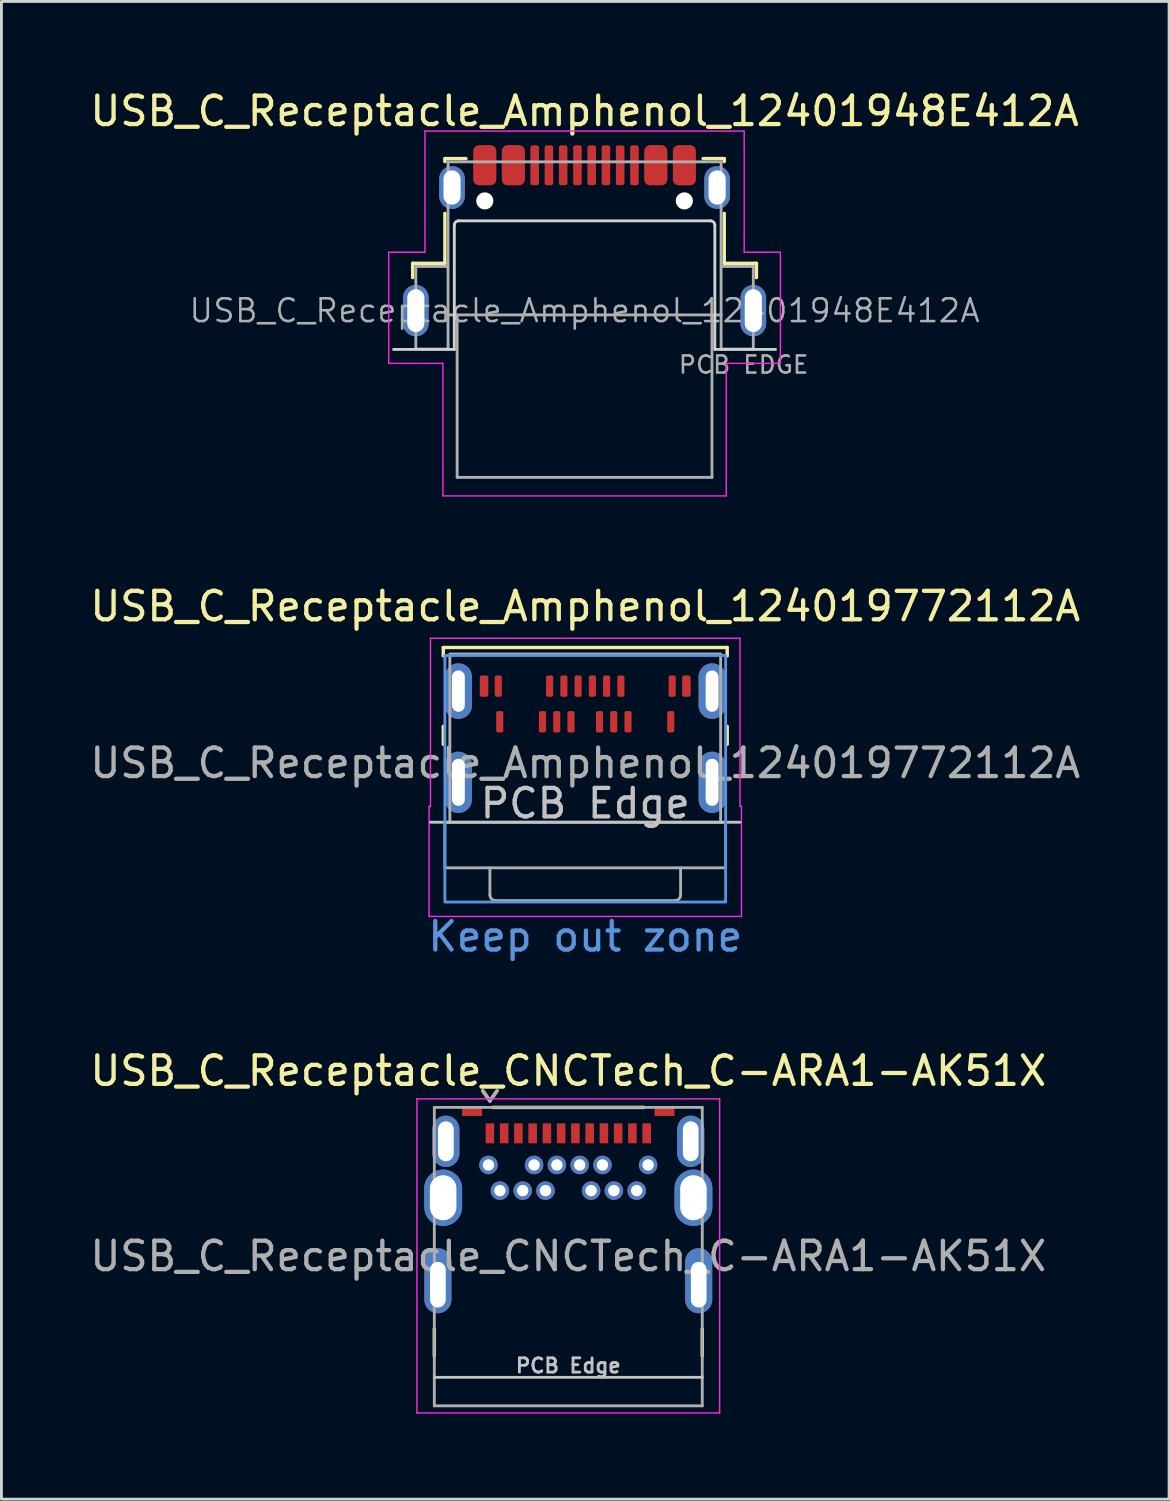
<source format=kicad_pcb>
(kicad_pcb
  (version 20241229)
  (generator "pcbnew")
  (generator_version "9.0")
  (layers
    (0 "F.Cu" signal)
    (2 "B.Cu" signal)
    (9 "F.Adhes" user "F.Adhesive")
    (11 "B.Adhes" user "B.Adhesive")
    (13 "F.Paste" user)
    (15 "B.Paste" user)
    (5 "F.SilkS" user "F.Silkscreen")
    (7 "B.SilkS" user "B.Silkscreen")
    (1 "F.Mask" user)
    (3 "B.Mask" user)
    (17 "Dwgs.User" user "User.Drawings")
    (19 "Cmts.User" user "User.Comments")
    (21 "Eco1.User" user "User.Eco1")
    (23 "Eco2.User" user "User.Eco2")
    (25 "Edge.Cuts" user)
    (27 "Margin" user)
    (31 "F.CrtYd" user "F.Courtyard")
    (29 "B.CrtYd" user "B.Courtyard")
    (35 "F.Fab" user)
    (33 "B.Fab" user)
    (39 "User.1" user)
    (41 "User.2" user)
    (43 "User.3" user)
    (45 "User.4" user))
  (footprint "USB_C_Receptacle_Amphenol_124019772112A"
    (layer "F.Cu")
    (at 17.482 24.221)
    (property "Reference" "USB_C_Receptacle_Amphenol_124019772112A" (at 0 -6 0) (unlocked yes) (layer "F.SilkS") (effects (font (size 1 1) (thickness 0.15))))
    (attr smd)
    (fp_line (start -4.98 -4.555) (end -4.98 -4.26) (stroke (width 0.12) (type default)) (layer "F.SilkS"))
    (fp_line (start -4.98 -1.16) (end -4.98 -1.79) (stroke (width 0.12) (type default)) (layer "F.SilkS"))
    (fp_line (start 4.98 -4.555) (end -4.98 -4.555) (stroke (width 0.12) (type default)) (layer "F.SilkS"))
    (fp_line (start 4.98 -4.26) (end 4.98 -4.555) (stroke (width 0.12) (type default)) (layer "F.SilkS"))
    (fp_line (start 4.98 -1.16) (end 4.98 -1.79) (stroke (width 0.12) (type default)) (layer "F.SilkS"))
    (fp_line (start -5.43 1.575) (end 5.43 1.575) (stroke (width 0.1) (type default)) (layer "Dwgs.User"))
    (fp_rect (start -4.925 -4.275) (end 4.925 4.375) (stroke (width 0.1) (type default)) (fill no) (layer "Cmts.User"))
    (fp_line (start -5.48 1.02) (end -5.43 1.02) (stroke (width 0.05) (type default)) (layer "F.CrtYd"))
    (fp_line (start -5.48 4.88) (end -5.48 1.02) (stroke (width 0.05) (type default)) (layer "F.CrtYd"))
    (fp_line (start -5.43 -4.88) (end 5.43 -4.88) (stroke (width 0.05) (type default)) (layer "F.CrtYd"))
    (fp_line (start -5.43 1.02) (end -5.43 -4.88) (stroke (width 0.05) (type default)) (layer "F.CrtYd"))
    (fp_line (start 5.43 -4.88) (end 5.43 1.02) (stroke (width 0.05) (type default)) (layer "F.CrtYd"))
    (fp_line (start 5.43 1.02) (end 5.48 1.02) (stroke (width 0.05) (type default)) (layer "F.CrtYd"))
    (fp_line (start 5.48 1.02) (end 5.48 4.88) (stroke (width 0.05) (type default)) (layer "F.CrtYd"))
    (fp_line (start 5.48 4.88) (end -5.48 4.88) (stroke (width 0.05) (type default)) (layer "F.CrtYd"))
    (fp_line (start -4.925 1.575) (end -4.75 1.575) (stroke (width 0.1) (type default)) (layer "F.Fab"))
    (fp_line (start -4.925 3.175) (end -4.925 1.575) (stroke (width 0.1) (type default)) (layer "F.Fab"))
    (fp_line (start -4.925 3.175) (end 4.925 3.175) (stroke (width 0.1) (type default)) (layer "F.Fab"))
    (fp_line (start -3.345 3.175) (end -3.345 4.125) (stroke (width 0.1) (type default)) (layer "F.Fab"))
    (fp_line (start -3.145 4.325) (end 3.145 4.325) (stroke (width 0.1) (type default)) (layer "F.Fab"))
    (fp_line (start 3.345 4.125) (end 3.345 3.175) (stroke (width 0.1) (type default)) (layer "F.Fab"))
    (fp_line (start 4.925 1.575) (end 4.75 1.575) (stroke (width 0.1) (type default)) (layer "F.Fab"))
    (fp_line (start 4.925 3.175) (end 4.925 1.575) (stroke (width 0.1) (type default)) (layer "F.Fab"))
    (fp_rect (start -4.75 -4.325) (end 4.75 1.575) (stroke (width 0.1) (type default)) (fill no) (layer "F.Fab"))
    (fp_arc (start -3.145 4.325) (mid -3.286421 4.266421) (end -3.345 4.125) (stroke (width 0.1) (type default)) (layer "F.Fab"))
    (fp_arc (start 3.345 4.125) (mid 3.286421 4.266421) (end 3.145 4.325) (stroke (width 0.1) (type default)) (layer "F.Fab"))
    (fp_text user "PCB Edge" (at 0 1.5 0) (unlocked yes) (layer "Dwgs.User") (effects (font (size 1 1) (thickness 0.15)) (justify bottom)))
    (fp_text user "Keep out zone" (at 0 5 0) (unlocked yes) (layer "Cmts.User") (effects (font (size 1 1) (thickness 0.15)) (justify top)))
    (fp_text user "${REFERENCE}" (at 0 -0.5 0) (unlocked yes) (layer "F.Fab") (effects (font (size 1 1) (thickness 0.15))))
    (pad "A1" smd roundrect (at -3.55 -3.2) (size 0.3 0.75) (layers "F.Cu" "F.Mask" "F.Paste") (roundrect_rratio 0.25))
    (pad "A1" smd roundrect (at -3.05 -3.2) (size 0.25 0.75) (layers "F.Cu" "F.Mask" "F.Paste") (roundrect_rratio 0.25))
    (pad "A1" smd roundrect (at 3.55 -3.2) (size 0.3 0.75) (layers "F.Cu" "F.Mask" "F.Paste") (roundrect_rratio 0.25))
    (pad "A4" smd roundrect (at -1.25 -3.2) (size 0.25 0.75) (layers "F.Cu" "F.Mask" "F.Paste") (roundrect_rratio 0.25))
    (pad "A5" smd roundrect (at -0.75 -3.2) (size 0.25 0.75) (layers "F.Cu" "F.Mask" "F.Paste") (roundrect_rratio 0.25))
    (pad "A6" smd roundrect (at -0.25 -3.2) (size 0.25 0.75) (layers "F.Cu" "F.Mask" "F.Paste") (roundrect_rratio 0.25))
    (pad "A7" smd roundrect (at 0.25 -3.2) (size 0.25 0.75) (layers "F.Cu" "F.Mask" "F.Paste") (roundrect_rratio 0.25))
    (pad "A8" smd roundrect (at 0.75 -3.2) (size 0.25 0.75) (layers "F.Cu" "F.Mask" "F.Paste") (roundrect_rratio 0.25))
    (pad "A9" smd roundrect (at 1.25 -3.2) (size 0.25 0.75) (layers "F.Cu" "F.Mask" "F.Paste") (roundrect_rratio 0.25))
    (pad "A12" smd roundrect (at 3.05 -3.2) (size 0.25 0.75) (layers "F.Cu" "F.Mask" "F.Paste") (roundrect_rratio 0.25))
    (pad "B1" smd roundrect (at 3 -1.95) (size 0.25 0.75) (layers "F.Cu" "F.Mask" "F.Paste") (roundrect_rratio 0.25))
    (pad "B4" smd roundrect (at 1.5 -1.95) (size 0.25 0.75) (layers "F.Cu" "F.Mask" "F.Paste") (roundrect_rratio 0.25))
    (pad "B5" smd roundrect (at 1 -1.95) (size 0.25 0.75) (layers "F.Cu" "F.Mask" "F.Paste") (roundrect_rratio 0.25))
    (pad "B6" smd roundrect (at 0.5 -1.95) (size 0.25 0.75) (layers "F.Cu" "F.Mask" "F.Paste") (roundrect_rratio 0.25))
    (pad "B7" smd roundrect (at -0.5 -1.95) (size 0.25 0.75) (layers "F.Cu" "F.Mask" "F.Paste") (roundrect_rratio 0.25))
    (pad "B8" smd roundrect (at -1 -1.95) (size 0.25 0.75) (layers "F.Cu" "F.Mask" "F.Paste") (roundrect_rratio 0.25))
    (pad "B9" smd roundrect (at -1.5 -1.95) (size 0.25 0.75) (layers "F.Cu" "F.Mask" "F.Paste") (roundrect_rratio 0.25))
    (pad "B12" smd roundrect (at -3 -1.95) (size 0.25 0.75) (layers "F.Cu" "F.Mask" "F.Paste") (roundrect_rratio 0.25))
    (pad "S1" thru_hole oval (at -4.45 -3.025) (size 0.95 1.95) (drill oval 0.45 1.45) (property pad_prop_heatsink) (layers "*.Cu" "*.Mask"))
    (pad "S1" thru_hole oval (at -4.45 0.175) (size 0.95 2.15) (drill oval 0.45 1.65) (property pad_prop_heatsink) (layers "*.Cu" "*.Mask"))
    (pad "S1" thru_hole oval (at 4.45 -3.025) (size 0.95 1.95) (drill oval 0.45 1.45) (property pad_prop_heatsink) (layers "*.Cu" "*.Mask"))
    (pad "S1" thru_hole oval (at 4.45 0.175) (size 0.95 2.15) (drill oval 0.45 1.65) (property pad_prop_heatsink) (layers "*.Cu" "*.Mask")))
  (footprint "USB_C_Receptacle_CNCTech_C-ARA1-AK51X"
    (layer "F.Cu")
    (at 16.887 40.02)
    (property "Reference" "USB_C_Receptacle_CNCTech_C-ARA1-AK51X" (at 0 -5.5 0) (layer "F.SilkS") (effects (font (size 1 1) (thickness 0.15))))
    (attr smd)
    (fp_line (start -4.7 3.55) (end -4.7 4.5) (stroke (width 0.12) (type solid)) (layer "F.SilkS"))
    (fp_line (start -3 -4.8) (end -2.75 -4.45) (stroke (width 0.12) (type solid)) (layer "F.SilkS"))
    (fp_line (start -2.75 -4.45) (end -2.5 -4.8) (stroke (width 0.12) (type solid)) (layer "F.SilkS"))
    (fp_line (start -2.65 -4.22) (end 2.65 -4.22) (stroke (width 0.12) (type solid)) (layer "F.SilkS"))
    (fp_line (start 4.7 4.5) (end 4.7 3.55) (stroke (width 0.12) (type solid)) (layer "F.SilkS"))
    (fp_line (start -4.7 5.25) (end 4.7 5.25) (stroke (width 0.1) (type solid)) (layer "Dwgs.User"))
    (fp_line (start -5.31 -4.52) (end 5.31 -4.52) (stroke (width 0.05) (type solid)) (layer "F.CrtYd"))
    (fp_line (start -5.31 6.5) (end -5.31 -4.52) (stroke (width 0.05) (type solid)) (layer "F.CrtYd"))
    (fp_line (start 5.31 -4.52) (end 5.31 6.5) (stroke (width 0.05) (type solid)) (layer "F.CrtYd"))
    (fp_line (start 5.31 6.5) (end -5.31 6.5) (stroke (width 0.05) (type solid)) (layer "F.CrtYd"))
    (fp_line (start -4.7 -4.22) (end 4.7 -4.22) (stroke (width 0.1) (type solid)) (layer "F.Fab"))
    (fp_line (start -4.7 6.25) (end -4.7 -4.22) (stroke (width 0.1) (type solid)) (layer "F.Fab"))
    (fp_line (start -3 -4.8) (end -2.75 -4.45) (stroke (width 0.12) (type solid)) (layer "F.Fab"))
    (fp_line (start -2.75 -4.45) (end -2.5 -4.8) (stroke (width 0.12) (type solid)) (layer "F.Fab"))
    (fp_line (start 4.7 -4.22) (end 4.7 6.25) (stroke (width 0.1) (type solid)) (layer "F.Fab"))
    (fp_line (start 4.7 6.25) (end -4.7 6.25) (stroke (width 0.1) (type solid)) (layer "F.Fab"))
    (fp_text user "PCB Edge" (at 0 4.84 0) (unlocked yes) (layer "Dwgs.User") (effects (font (size 0.5 0.5) (thickness 0.1))))
    (fp_text user "${REFERENCE}" (at 0 1 0) (layer "F.Fab") (effects (font (size 1 1) (thickness 0.15))))
    (pad "A1" smd rect (at -2.75 -3.31) (size 0.3 0.7) (layers "F.Cu" "F.Mask" "F.Paste"))
    (pad "A2" smd rect (at -2.25 -3.31) (size 0.3 0.7) (layers "F.Cu" "F.Mask" "F.Paste"))
    (pad "A3" smd rect (at -1.75 -3.31) (size 0.3 0.7) (layers "F.Cu" "F.Mask" "F.Paste"))
    (pad "A4" smd rect (at -1.25 -3.31) (size 0.3 0.7) (layers "F.Cu" "F.Mask" "F.Paste"))
    (pad "A5" smd rect (at -0.75 -3.31) (size 0.3 0.7) (layers "F.Cu" "F.Mask" "F.Paste"))
    (pad "A6" smd rect (at -0.25 -3.31) (size 0.3 0.7) (layers "F.Cu" "F.Mask" "F.Paste"))
    (pad "A7" smd rect (at 0.25 -3.31) (size 0.3 0.7) (layers "F.Cu" "F.Mask" "F.Paste"))
    (pad "A8" smd rect (at 0.75 -3.31) (size 0.3 0.7) (layers "F.Cu" "F.Mask" "F.Paste"))
    (pad "A9" smd rect (at 1.25 -3.31) (size 0.3 0.7) (layers "F.Cu" "F.Mask" "F.Paste"))
    (pad "A10" smd rect (at 1.75 -3.31) (size 0.3 0.7) (layers "F.Cu" "F.Mask" "F.Paste"))
    (pad "A11" smd rect (at 2.25 -3.31) (size 0.3 0.7) (layers "F.Cu" "F.Mask" "F.Paste"))
    (pad "A12" smd rect (at 2.75 -3.31) (size 0.3 0.7) (layers "F.Cu" "F.Mask" "F.Paste"))
    (pad "B1" thru_hole circle (at 2.8 -2.2) (size 0.65 0.65) (drill 0.4) (property pad_prop_heatsink) (layers "*.Cu" "*.Mask" "F.Paste"))
    (pad "B2" thru_hole circle (at 2.4 -1.3) (size 0.65 0.65) (drill 0.4) (property pad_prop_heatsink) (layers "*.Cu" "*.Mask" "F.Paste"))
    (pad "B3" thru_hole circle (at 1.6 -1.3) (size 0.65 0.65) (drill 0.4) (property pad_prop_heatsink) (layers "*.Cu" "*.Mask" "F.Paste"))
    (pad "B4" thru_hole circle (at 1.2 -2.2) (size 0.65 0.65) (drill 0.4) (property pad_prop_heatsink) (layers "*.Cu" "*.Mask" "F.Paste"))
    (pad "B5" thru_hole circle (at 0.8 -1.3) (size 0.65 0.65) (drill 0.4) (property pad_prop_heatsink) (layers "*.Cu" "*.Mask" "F.Paste"))
    (pad "B6" thru_hole circle (at 0.4 -2.2) (size 0.65 0.65) (drill 0.4) (property pad_prop_heatsink) (layers "*.Cu" "*.Mask" "F.Paste"))
    (pad "B7" thru_hole circle (at -0.4 -2.2) (size 0.65 0.65) (drill 0.4) (property pad_prop_heatsink) (layers "*.Cu" "*.Mask" "F.Paste"))
    (pad "B8" thru_hole circle (at -0.8 -1.3) (size 0.65 0.65) (drill 0.4) (property pad_prop_heatsink) (layers "*.Cu" "*.Mask" "F.Paste"))
    (pad "B9" thru_hole circle (at -1.2 -2.2) (size 0.65 0.65) (drill 0.4) (property pad_prop_heatsink) (layers "*.Cu" "*.Mask" "F.Paste"))
    (pad "B10" thru_hole circle (at -1.6 -1.3) (size 0.65 0.65) (drill 0.4) (property pad_prop_heatsink) (layers "*.Cu" "*.Mask" "F.Paste"))
    (pad "B11" thru_hole circle (at -2.4 -1.3) (size 0.65 0.65) (drill 0.4) (property pad_prop_heatsink) (layers "*.Cu" "*.Mask" "F.Paste"))
    (pad "B12" thru_hole circle (at -2.8 -2.2) (size 0.65 0.65) (drill 0.4) (property pad_prop_heatsink) (layers "*.Cu" "*.Mask" "F.Paste"))
    (pad "S1" thru_hole oval (at -4.575 2) (size 0.95 2.28) (drill oval 0.55 1.6 (offset 0 -0.14)) (property pad_prop_heatsink) (layers "*.Cu" "*.Mask" "F.Paste"))
    (pad "S1" thru_hole oval (at -4.39 -1.05) (size 1.33 1.98) (drill oval 0.93 1.58) (property pad_prop_heatsink) (layers "*.Cu" "*.Mask" "F.Paste"))
    (pad "S1" thru_hole oval (at -4.295 -3.03) (size 0.95 1.8) (drill oval 0.55 1.4) (property pad_prop_heatsink) (layers "*.Cu" "*.Mask" "F.Paste"))
    (pad "S1" smd rect (at -3.375 -4.095) (size 0.7 0.35) (layers "F.Cu" "F.Mask" "F.Paste"))
    (pad "S1" smd rect (at 3.375 -4.095) (size 0.7 0.35) (layers "F.Cu" "F.Mask" "F.Paste"))
    (pad "S1" thru_hole oval (at 4.295 -3.03) (size 0.95 1.8) (drill oval 0.55 1.4) (property pad_prop_heatsink) (layers "*.Cu" "*.Mask" "F.Paste"))
    (pad "S1" thru_hole oval (at 4.39 -1.05) (size 1.33 1.98) (drill oval 0.93 1.58) (property pad_prop_heatsink) (layers "*.Cu" "*.Mask" "F.Paste"))
    (pad "S1" thru_hole oval (at 4.575 2) (size 0.95 2.28) (drill oval 0.55 1.6 (offset 0 -0.14)) (property pad_prop_heatsink) (layers "*.Cu" "*.Mask" "F.Paste")))
  (footprint "USB_C_Receptacle_Amphenol_12401948E412A"
    (layer "F.Cu")
    (at 17.458 7.848)
    (property "Reference" "USB_C_Receptacle_Amphenol_12401948E412A" (at 0 -7 0) (layer "F.SilkS") (effects (font (size 1 1) (thickness 0.15))))
    (attr smd)
    (fp_line (start -6.03 -1.66) (end -6.03 -1.16) (stroke (width 0.12) (type default)) (layer "F.SilkS"))
    (fp_line (start -6.03 -1.66) (end -4.9 -1.66) (stroke (width 0.12) (type default)) (layer "F.SilkS"))
    (fp_line (start -4.9 -5.334) (end -4.16 -5.334) (stroke (width 0.12) (type default)) (layer "F.SilkS"))
    (fp_line (start -4.9 -5.33) (end -4.9 -5.23) (stroke (width 0.12) (type default)) (layer "F.SilkS"))
    (fp_line (start -4.9 -3.41) (end -4.9 -1.66) (stroke (width 0.12) (type default)) (layer "F.SilkS"))
    (fp_line (start 4.16 -5.334) (end 4.9 -5.334) (stroke (width 0.12) (type default)) (layer "F.SilkS"))
    (fp_line (start 4.9 -5.33) (end 4.9 -5.23) (stroke (width 0.12) (type default)) (layer "F.SilkS"))
    (fp_line (start 4.9 -3.41) (end 4.9 -1.66) (stroke (width 0.12) (type default)) (layer "F.SilkS"))
    (fp_line (start 4.9 -1.66) (end 6.03 -1.66) (stroke (width 0.12) (type default)) (layer "F.SilkS"))
    (fp_line (start 6.03 -1.16) (end 6.03 -1.66) (stroke (width 0.12) (type default)) (layer "F.SilkS"))
    (fp_line (start -6.7 1.36) (end -4.57 1.36) (stroke (width 0.1) (type default)) (layer "Edge.Cuts"))
    (fp_line (start -4.57 -3) (end -4.57 1.36) (stroke (width 0.1) (type default)) (layer "Edge.Cuts"))
    (fp_line (start -4.42 -3.15) (end 4.42 -3.15) (stroke (width 0.1) (type default)) (layer "Edge.Cuts"))
    (fp_line (start 4.57 -3) (end 4.57 1.36) (stroke (width 0.1) (type default)) (layer "Edge.Cuts"))
    (fp_line (start 4.57 1.36) (end 6.7 1.36) (stroke (width 0.1) (type default)) (layer "Edge.Cuts"))
    (fp_arc (start -4.57 -3) (mid -4.526066 -3.106066) (end -4.42 -3.15) (stroke (width 0.1) (type default)) (layer "Edge.Cuts"))
    (fp_arc (start 4.42 -3.15) (mid 4.526066 -3.106066) (end 4.57 -3) (stroke (width 0.1) (type default)) (layer "Edge.Cuts"))
    (fp_line (start -6.87 -2.05) (end -6.87 1.85) (stroke (width 0.05) (type default)) (layer "F.CrtYd"))
    (fp_line (start -6.87 -2.05) (end -5.6 -2.05) (stroke (width 0.05) (type default)) (layer "F.CrtYd"))
    (fp_line (start -6.87 1.85) (end -4.97 1.85) (stroke (width 0.05) (type default)) (layer "F.CrtYd"))
    (fp_line (start -5.6 -6.3) (end -5.6 -2.05) (stroke (width 0.05) (type default)) (layer "F.CrtYd"))
    (fp_line (start -5.6 -6.3) (end 5.6 -6.3) (stroke (width 0.05) (type default)) (layer "F.CrtYd"))
    (fp_line (start -4.97 1.85) (end -4.97 6.5) (stroke (width 0.05) (type default)) (layer "F.CrtYd"))
    (fp_line (start -4.97 6.5) (end 4.97 6.5) (stroke (width 0.05) (type default)) (layer "F.CrtYd"))
    (fp_line (start 4.97 1.85) (end 4.97 6.5) (stroke (width 0.05) (type default)) (layer "F.CrtYd"))
    (fp_line (start 5.6 -6.3) (end 5.6 -2.05) (stroke (width 0.05) (type default)) (layer "F.CrtYd"))
    (fp_line (start 5.6 -2.05) (end 6.87 -2.05) (stroke (width 0.05) (type default)) (layer "F.CrtYd"))
    (fp_line (start 6.87 -2.05) (end 6.87 1.85) (stroke (width 0.05) (type default)) (layer "F.CrtYd"))
    (fp_line (start 6.87 1.85) (end 4.97 1.85) (stroke (width 0.05) (type default)) (layer "F.CrtYd"))
    (fp_line (start -5.92 -1.55) (end -5.92 1.35) (stroke (width 0.1) (type default)) (layer "F.Fab"))
    (fp_line (start -5.92 -1.55) (end -4.79 -1.55) (stroke (width 0.1) (type default)) (layer "F.Fab"))
    (fp_line (start -5.92 1.35) (end -4.79 1.35) (stroke (width 0.1) (type default)) (layer "F.Fab"))
    (fp_line (start -4.79 -5.22) (end -4.79 1.35) (stroke (width 0.1) (type default)) (layer "F.Fab"))
    (fp_line (start -4.79 -5.22) (end 4.79 -5.22) (stroke (width 0.1) (type default)) (layer "F.Fab"))
    (fp_line (start -4.79 0.15) (end 4.79 0.15) (stroke (width 0.1) (type default)) (layer "F.Fab"))
    (fp_line (start -4.47 5.85) (end -4.47 0.15) (stroke (width 0.1) (type default)) (layer "F.Fab"))
    (fp_line (start -4.47 5.85) (end 4.47 5.85) (stroke (width 0.1) (type default)) (layer "F.Fab"))
    (fp_line (start 4.47 5.85) (end 4.47 0.15) (stroke (width 0.1) (type default)) (layer "F.Fab"))
    (fp_line (start 4.79 -5.22) (end 4.79 1.35) (stroke (width 0.1) (type default)) (layer "F.Fab"))
    (fp_line (start 4.79 -1.55) (end 5.92 -1.55) (stroke (width 0.1) (type default)) (layer "F.Fab"))
    (fp_line (start 4.79 1.35) (end 5.92 1.35) (stroke (width 0.1) (type default)) (layer "F.Fab"))
    (fp_line (start 5.92 -1.55) (end 5.92 1.35) (stroke (width 0.1) (type default)) (layer "F.Fab"))
    (fp_text user "${REFERENCE}" (at 0 0 0) (layer "F.Fab") (effects (font (size 0.8 0.8) (thickness 0.09))))
    (fp_text user "PCB EDGE" (at 3.25 2.25 0) (layer "F.Fab") (effects (font (size 0.6 0.6) (thickness 0.09)) (justify left bottom)))
    (pad "" thru_hole oval (at -5.92 0) (size 0.9 1.8) (drill oval 0.6 1.5) (property pad_prop_heatsink) (layers "*.Cu" "*.Mask"))
    (pad "" thru_hole oval (at -4.65 -4.32) (size 0.9 1.5) (drill oval 0.6 1.2) (property pad_prop_heatsink) (layers "*.Cu" "*.Mask"))
    (pad "" np_thru_hole circle (at -3.5 -3.85) (size 0.6 0.6) (drill 0.6) (layers "*.Cu" "*.Mask"))
    (pad "" np_thru_hole circle (at 3.5 -3.85) (size 0.6 0.6) (drill 0.6) (layers "*.Cu" "*.Mask"))
    (pad "" thru_hole oval (at 4.65 -4.32) (size 0.9 1.5) (drill oval 0.6 1.2) (property pad_prop_heatsink) (layers "*.Cu" "*.Mask"))
    (pad "" thru_hole oval (at 5.92 0) (size 0.9 1.8) (drill oval 0.6 1.5) (property pad_prop_heatsink) (layers "*.Cu" "*.Mask"))
    (pad "A1" smd roundrect (at -3.5 -5.1) (size 0.8 1.4) (layers "F.Cu" "F.Mask" "F.Paste") (roundrect_rratio 0.25))
    (pad "A4" smd roundrect (at -2.5 -5.1) (size 0.8 1.4) (layers "F.Cu" "F.Mask" "F.Paste") (roundrect_rratio 0.25))
    (pad "A5" smd roundrect (at -1.25 -5.1) (size 0.3 1.4) (layers "F.Cu" "F.Mask" "F.Paste") (roundrect_rratio 0.25))
    (pad "A6" smd roundrect (at -0.25 -5.1) (size 0.3 1.4) (layers "F.Cu" "F.Mask" "F.Paste") (roundrect_rratio 0.25))
    (pad "A7" smd roundrect (at 0.25 -5.1) (size 0.3 1.4) (layers "F.Cu" "F.Mask" "F.Paste") (roundrect_rratio 0.25))
    (pad "A8" smd roundrect (at 1.25 -5.1) (size 0.3 1.4) (layers "F.Cu" "F.Mask" "F.Paste") (roundrect_rratio 0.25))
    (pad "A9" smd roundrect (at 2.5 -5.1) (size 0.8 1.4) (layers "F.Cu" "F.Mask" "F.Paste") (roundrect_rratio 0.25))
    (pad "A12" smd roundrect (at 3.5 -5.1) (size 0.8 1.4) (layers "F.Cu" "F.Mask" "F.Paste") (roundrect_rratio 0.25))
    (pad "B1" smd roundrect (at 3.5 -5.1) (size 0.8 1.4) (layers "F.Cu" "F.Mask" "F.Paste") (roundrect_rratio 0.25))
    (pad "B4" smd roundrect (at 2.5 -5.1) (size 0.8 1.4) (layers "F.Cu" "F.Mask" "F.Paste") (roundrect_rratio 0.25))
    (pad "B5" smd roundrect (at 1.75 -5.1) (size 0.3 1.4) (layers "F.Cu" "F.Mask" "F.Paste") (roundrect_rratio 0.25))
    (pad "B6" smd roundrect (at 0.75 -5.1) (size 0.3 1.4) (layers "F.Cu" "F.Mask" "F.Paste") (roundrect_rratio 0.25))
    (pad "B7" smd roundrect (at -0.75 -5.1) (size 0.3 1.4) (layers "F.Cu" "F.Mask" "F.Paste") (roundrect_rratio 0.25))
    (pad "B8" smd roundrect (at -1.75 -5.1) (size 0.3 1.4) (layers "F.Cu" "F.Mask" "F.Paste") (roundrect_rratio 0.25))
    (pad "B9" smd roundrect (at -2.5 -5.1) (size 0.8 1.4) (layers "F.Cu" "F.Mask" "F.Paste") (roundrect_rratio 0.25))
    (pad "B12" smd roundrect (at -3.5 -5.1) (size 0.8 1.4) (layers "F.Cu" "F.Mask" "F.Paste") (roundrect_rratio 0.25)))
  (gr_rect
    (start -3 -3)
    (end 37.964 49.545)
    (stroke (width 0.1) (type default))
    (fill no)
    (layer "Edge.Cuts")))
</source>
